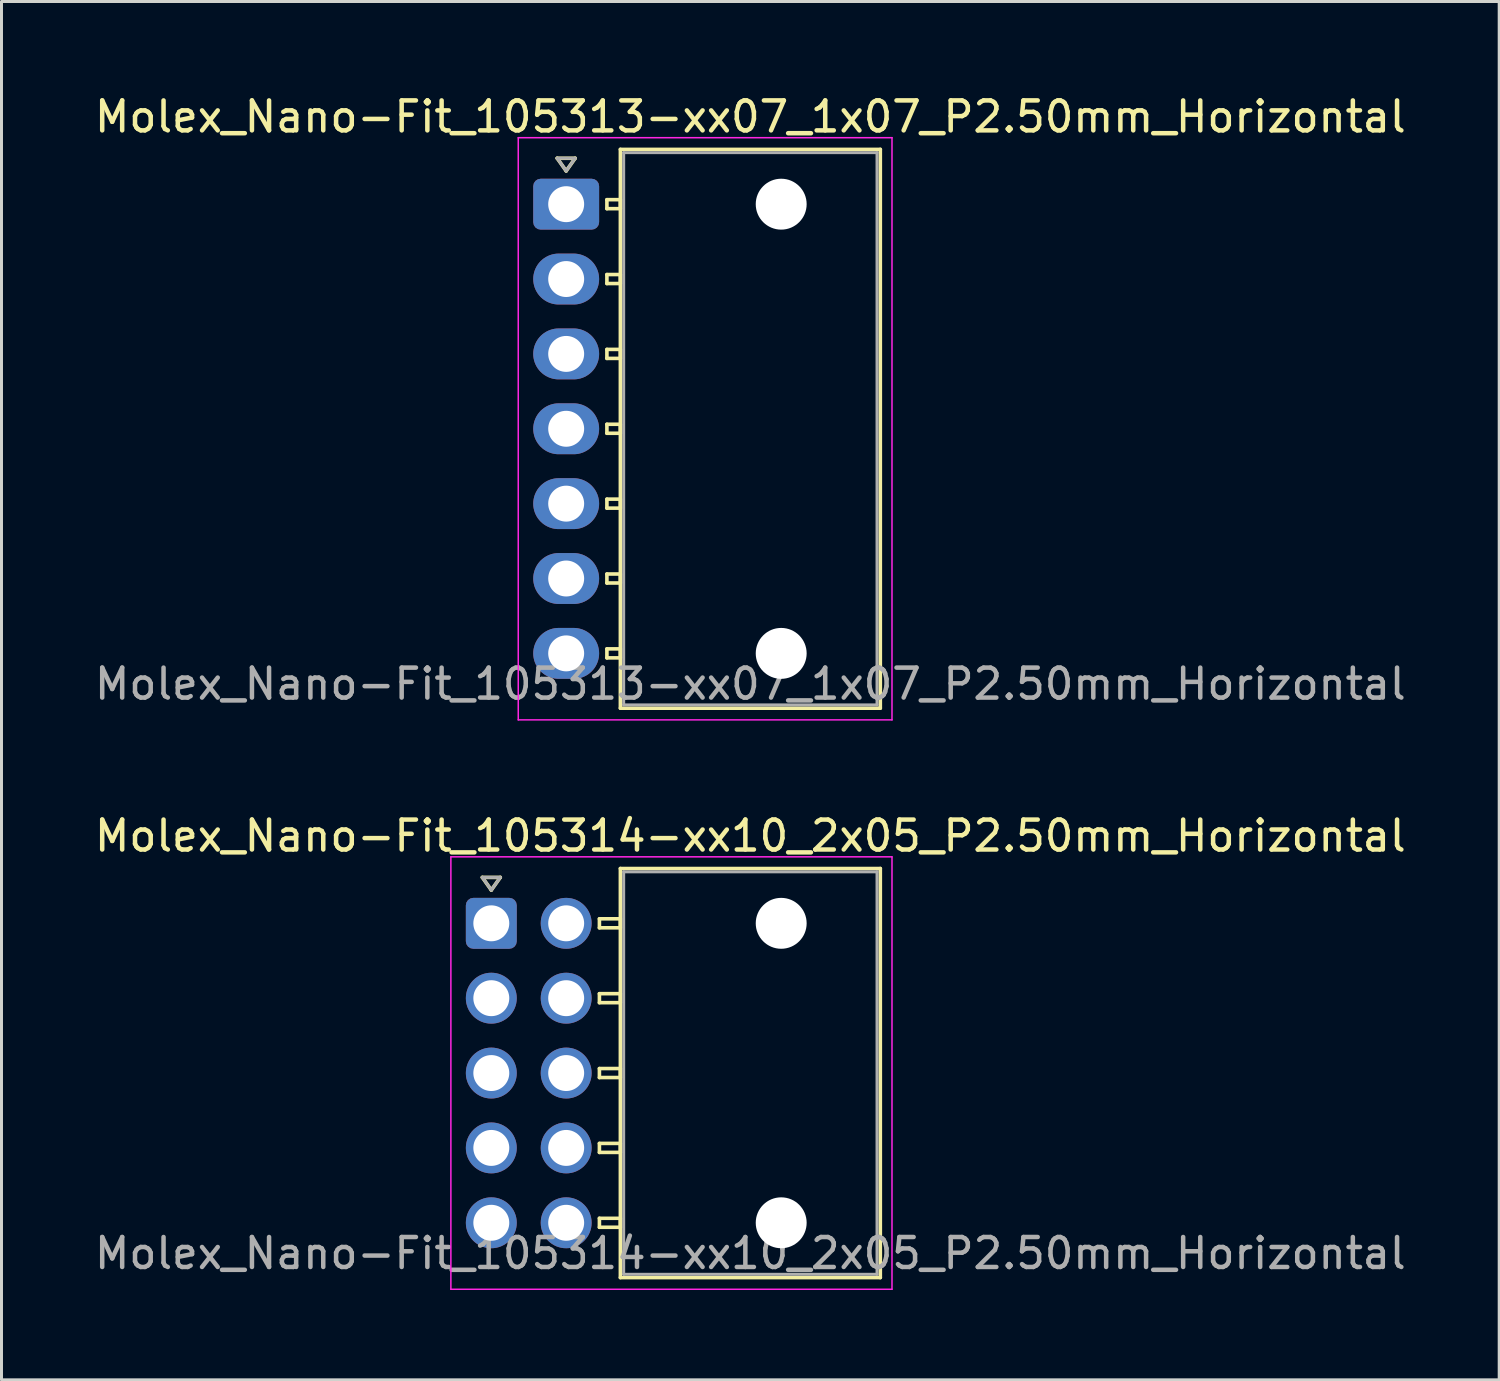
<source format=kicad_pcb>
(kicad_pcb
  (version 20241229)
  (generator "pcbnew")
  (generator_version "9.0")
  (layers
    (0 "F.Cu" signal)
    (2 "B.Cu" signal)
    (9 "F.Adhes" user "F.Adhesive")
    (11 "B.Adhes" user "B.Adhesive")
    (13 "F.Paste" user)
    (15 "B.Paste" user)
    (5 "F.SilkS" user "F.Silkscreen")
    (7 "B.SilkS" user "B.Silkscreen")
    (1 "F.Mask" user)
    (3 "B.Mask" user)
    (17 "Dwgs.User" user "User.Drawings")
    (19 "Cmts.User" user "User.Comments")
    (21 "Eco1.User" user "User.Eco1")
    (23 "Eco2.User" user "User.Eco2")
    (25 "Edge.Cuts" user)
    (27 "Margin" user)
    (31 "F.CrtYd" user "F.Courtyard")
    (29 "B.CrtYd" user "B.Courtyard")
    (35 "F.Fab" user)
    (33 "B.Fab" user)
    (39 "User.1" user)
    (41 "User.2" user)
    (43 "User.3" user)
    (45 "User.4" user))
  (footprint "Molex_Nano-Fit_105313-xx07_1x07_P2.50mm_Horizontal"
    (layer "F.Cu")
    (at 15.856 3.768)
    (property "Reference" "Molex_Nano-Fit_105313-xx07_1x07_P2.50mm_Horizontal" (at 6.15 -2.92 0) (layer "F.SilkS") (effects (font (size 1 1) (thickness 0.15))))
    (attr through_hole)
    (fp_line (start -0.3 -1.534) (end 0 -1.11) (stroke (width 0.12) (type solid)) (layer "F.SilkS"))
    (fp_line (start 0 -1.11) (end 0.3 -1.534) (stroke (width 0.12) (type solid)) (layer "F.SilkS"))
    (fp_line (start 0.3 -1.534) (end -0.3 -1.534) (stroke (width 0.12) (type solid)) (layer "F.SilkS"))
    (fp_line (start 1.36 -0.15) (end 1.36 0.15) (stroke (width 0.12) (type solid)) (layer "F.SilkS"))
    (fp_line (start 1.36 0.15) (end 1.81 0.15) (stroke (width 0.12) (type solid)) (layer "F.SilkS"))
    (fp_line (start 1.36 2.35) (end 1.36 2.65) (stroke (width 0.12) (type solid)) (layer "F.SilkS"))
    (fp_line (start 1.36 2.65) (end 1.81 2.65) (stroke (width 0.12) (type solid)) (layer "F.SilkS"))
    (fp_line (start 1.36 4.85) (end 1.36 5.15) (stroke (width 0.12) (type solid)) (layer "F.SilkS"))
    (fp_line (start 1.36 5.15) (end 1.81 5.15) (stroke (width 0.12) (type solid)) (layer "F.SilkS"))
    (fp_line (start 1.36 7.35) (end 1.36 7.65) (stroke (width 0.12) (type solid)) (layer "F.SilkS"))
    (fp_line (start 1.36 7.65) (end 1.81 7.65) (stroke (width 0.12) (type solid)) (layer "F.SilkS"))
    (fp_line (start 1.36 9.85) (end 1.36 10.15) (stroke (width 0.12) (type solid)) (layer "F.SilkS"))
    (fp_line (start 1.36 10.15) (end 1.81 10.15) (stroke (width 0.12) (type solid)) (layer "F.SilkS"))
    (fp_line (start 1.36 12.35) (end 1.36 12.65) (stroke (width 0.12) (type solid)) (layer "F.SilkS"))
    (fp_line (start 1.36 12.65) (end 1.81 12.65) (stroke (width 0.12) (type solid)) (layer "F.SilkS"))
    (fp_line (start 1.36 14.85) (end 1.36 15.15) (stroke (width 0.12) (type solid)) (layer "F.SilkS"))
    (fp_line (start 1.36 15.15) (end 1.81 15.15) (stroke (width 0.12) (type solid)) (layer "F.SilkS"))
    (fp_line (start 1.81 -1.83) (end 1.81 16.83) (stroke (width 0.12) (type solid)) (layer "F.SilkS"))
    (fp_line (start 1.81 -0.15) (end 1.36 -0.15) (stroke (width 0.12) (type solid)) (layer "F.SilkS"))
    (fp_line (start 1.81 0.15) (end 1.81 -0.15) (stroke (width 0.12) (type solid)) (layer "F.SilkS"))
    (fp_line (start 1.81 2.35) (end 1.36 2.35) (stroke (width 0.12) (type solid)) (layer "F.SilkS"))
    (fp_line (start 1.81 2.65) (end 1.81 2.35) (stroke (width 0.12) (type solid)) (layer "F.SilkS"))
    (fp_line (start 1.81 4.85) (end 1.36 4.85) (stroke (width 0.12) (type solid)) (layer "F.SilkS"))
    (fp_line (start 1.81 5.15) (end 1.81 4.85) (stroke (width 0.12) (type solid)) (layer "F.SilkS"))
    (fp_line (start 1.81 7.35) (end 1.36 7.35) (stroke (width 0.12) (type solid)) (layer "F.SilkS"))
    (fp_line (start 1.81 7.65) (end 1.81 7.35) (stroke (width 0.12) (type solid)) (layer "F.SilkS"))
    (fp_line (start 1.81 9.85) (end 1.36 9.85) (stroke (width 0.12) (type solid)) (layer "F.SilkS"))
    (fp_line (start 1.81 10.15) (end 1.81 9.85) (stroke (width 0.12) (type solid)) (layer "F.SilkS"))
    (fp_line (start 1.81 12.35) (end 1.36 12.35) (stroke (width 0.12) (type solid)) (layer "F.SilkS"))
    (fp_line (start 1.81 12.65) (end 1.81 12.35) (stroke (width 0.12) (type solid)) (layer "F.SilkS"))
    (fp_line (start 1.81 14.85) (end 1.36 14.85) (stroke (width 0.12) (type solid)) (layer "F.SilkS"))
    (fp_line (start 1.81 15.15) (end 1.81 14.85) (stroke (width 0.12) (type solid)) (layer "F.SilkS"))
    (fp_line (start 1.81 16.83) (end 10.49 16.83) (stroke (width 0.12) (type solid)) (layer "F.SilkS"))
    (fp_line (start 10.49 -1.83) (end 1.81 -1.83) (stroke (width 0.12) (type solid)) (layer "F.SilkS"))
    (fp_line (start 10.49 16.83) (end 10.49 -1.83) (stroke (width 0.12) (type solid)) (layer "F.SilkS"))
    (fp_line (start -1.6 -2.22) (end -1.6 17.22) (stroke (width 0.05) (type solid)) (layer "F.CrtYd"))
    (fp_line (start -1.6 17.22) (end 10.88 17.22) (stroke (width 0.05) (type solid)) (layer "F.CrtYd"))
    (fp_line (start 10.88 -2.22) (end -1.6 -2.22) (stroke (width 0.05) (type solid)) (layer "F.CrtYd"))
    (fp_line (start 10.88 17.22) (end 10.88 -2.22) (stroke (width 0.05) (type solid)) (layer "F.CrtYd"))
    (fp_line (start -0.3 -1.534) (end 0 -1.11) (stroke (width 0.1) (type solid)) (layer "F.Fab"))
    (fp_line (start 0 -1.11) (end 0.3 -1.534) (stroke (width 0.1) (type solid)) (layer "F.Fab"))
    (fp_line (start 0.3 -1.534) (end -0.3 -1.534) (stroke (width 0.1) (type solid)) (layer "F.Fab"))
    (fp_line (start 1.92 -1.72) (end 1.92 16.72) (stroke (width 0.1) (type solid)) (layer "F.Fab"))
    (fp_line (start 1.92 16.72) (end 10.38 16.72) (stroke (width 0.1) (type solid)) (layer "F.Fab"))
    (fp_line (start 10.38 -1.72) (end 1.92 -1.72) (stroke (width 0.1) (type solid)) (layer "F.Fab"))
    (fp_line (start 10.38 16.72) (end 10.38 -1.72) (stroke (width 0.1) (type solid)) (layer "F.Fab"))
    (fp_text user "${REFERENCE}" (at 6.15 16.02 0) (layer "F.Fab") (effects (font (size 1 1) (thickness 0.15))))
    (pad "" np_thru_hole circle (at 7.18 0) (size 1.7 1.7) (drill 1.7) (layers "*.Cu" "*.Mask"))
    (pad "" np_thru_hole circle (at 7.18 15) (size 1.7 1.7) (drill 1.7) (layers "*.Cu" "*.Mask"))
    (pad "1" thru_hole roundrect (at 0 0) (size 2.2 1.7) (drill 1.2) (layers "*.Cu" "*.Mask") (roundrect_rratio 0.147))
    (pad "2" thru_hole oval (at 0 2.5) (size 2.2 1.7) (drill 1.2) (layers "*.Cu" "*.Mask"))
    (pad "3" thru_hole oval (at 0 5) (size 2.2 1.7) (drill 1.2) (layers "*.Cu" "*.Mask"))
    (pad "4" thru_hole oval (at 0 7.5) (size 2.2 1.7) (drill 1.2) (layers "*.Cu" "*.Mask"))
    (pad "5" thru_hole oval (at 0 10) (size 2.2 1.7) (drill 1.2) (layers "*.Cu" "*.Mask"))
    (pad "6" thru_hole oval (at 0 12.5) (size 2.2 1.7) (drill 1.2) (layers "*.Cu" "*.Mask"))
    (pad "7" thru_hole oval (at 0 15) (size 2.2 1.7) (drill 1.2) (layers "*.Cu" "*.Mask")))
  (footprint "Molex_Nano-Fit_105314-xx10_2x05_P2.50mm_Horizontal"
    (layer "F.Cu")
    (at 13.356 27.782)
    (property "Reference" "Molex_Nano-Fit_105314-xx10_2x05_P2.50mm_Horizontal" (at 8.65 -2.92 0) (layer "F.SilkS") (effects (font (size 1 1) (thickness 0.15))))
    (attr through_hole)
    (fp_line (start -0.3 -1.534) (end 0 -1.11) (stroke (width 0.12) (type solid)) (layer "F.SilkS"))
    (fp_line (start 0 -1.11) (end 0.3 -1.534) (stroke (width 0.12) (type solid)) (layer "F.SilkS"))
    (fp_line (start 0.3 -1.534) (end -0.3 -1.534) (stroke (width 0.12) (type solid)) (layer "F.SilkS"))
    (fp_line (start 3.61 -0.15) (end 3.61 0.15) (stroke (width 0.12) (type solid)) (layer "F.SilkS"))
    (fp_line (start 3.61 0.15) (end 4.31 0.15) (stroke (width 0.12) (type solid)) (layer "F.SilkS"))
    (fp_line (start 3.61 2.35) (end 3.61 2.65) (stroke (width 0.12) (type solid)) (layer "F.SilkS"))
    (fp_line (start 3.61 2.65) (end 4.31 2.65) (stroke (width 0.12) (type solid)) (layer "F.SilkS"))
    (fp_line (start 3.61 4.85) (end 3.61 5.15) (stroke (width 0.12) (type solid)) (layer "F.SilkS"))
    (fp_line (start 3.61 5.15) (end 4.31 5.15) (stroke (width 0.12) (type solid)) (layer "F.SilkS"))
    (fp_line (start 3.61 7.35) (end 3.61 7.65) (stroke (width 0.12) (type solid)) (layer "F.SilkS"))
    (fp_line (start 3.61 7.65) (end 4.31 7.65) (stroke (width 0.12) (type solid)) (layer "F.SilkS"))
    (fp_line (start 3.61 9.85) (end 3.61 10.15) (stroke (width 0.12) (type solid)) (layer "F.SilkS"))
    (fp_line (start 3.61 10.15) (end 4.31 10.15) (stroke (width 0.12) (type solid)) (layer "F.SilkS"))
    (fp_line (start 4.31 -1.83) (end 4.31 11.83) (stroke (width 0.12) (type solid)) (layer "F.SilkS"))
    (fp_line (start 4.31 -0.15) (end 3.61 -0.15) (stroke (width 0.12) (type solid)) (layer "F.SilkS"))
    (fp_line (start 4.31 0.15) (end 4.31 -0.15) (stroke (width 0.12) (type solid)) (layer "F.SilkS"))
    (fp_line (start 4.31 2.35) (end 3.61 2.35) (stroke (width 0.12) (type solid)) (layer "F.SilkS"))
    (fp_line (start 4.31 2.65) (end 4.31 2.35) (stroke (width 0.12) (type solid)) (layer "F.SilkS"))
    (fp_line (start 4.31 4.85) (end 3.61 4.85) (stroke (width 0.12) (type solid)) (layer "F.SilkS"))
    (fp_line (start 4.31 5.15) (end 4.31 4.85) (stroke (width 0.12) (type solid)) (layer "F.SilkS"))
    (fp_line (start 4.31 7.35) (end 3.61 7.35) (stroke (width 0.12) (type solid)) (layer "F.SilkS"))
    (fp_line (start 4.31 7.65) (end 4.31 7.35) (stroke (width 0.12) (type solid)) (layer "F.SilkS"))
    (fp_line (start 4.31 9.85) (end 3.61 9.85) (stroke (width 0.12) (type solid)) (layer "F.SilkS"))
    (fp_line (start 4.31 10.15) (end 4.31 9.85) (stroke (width 0.12) (type solid)) (layer "F.SilkS"))
    (fp_line (start 4.31 11.83) (end 12.99 11.83) (stroke (width 0.12) (type solid)) (layer "F.SilkS"))
    (fp_line (start 12.99 -1.83) (end 4.31 -1.83) (stroke (width 0.12) (type solid)) (layer "F.SilkS"))
    (fp_line (start 12.99 11.83) (end 12.99 -1.83) (stroke (width 0.12) (type solid)) (layer "F.SilkS"))
    (fp_line (start -1.35 -2.22) (end -1.35 12.22) (stroke (width 0.05) (type solid)) (layer "F.CrtYd"))
    (fp_line (start -1.35 12.22) (end 13.38 12.22) (stroke (width 0.05) (type solid)) (layer "F.CrtYd"))
    (fp_line (start 13.38 -2.22) (end -1.35 -2.22) (stroke (width 0.05) (type solid)) (layer "F.CrtYd"))
    (fp_line (start 13.38 12.22) (end 13.38 -2.22) (stroke (width 0.05) (type solid)) (layer "F.CrtYd"))
    (fp_line (start -0.3 -1.534) (end 0 -1.11) (stroke (width 0.1) (type solid)) (layer "F.Fab"))
    (fp_line (start 0 -1.11) (end 0.3 -1.534) (stroke (width 0.1) (type solid)) (layer "F.Fab"))
    (fp_line (start 0.3 -1.534) (end -0.3 -1.534) (stroke (width 0.1) (type solid)) (layer "F.Fab"))
    (fp_line (start 4.42 -1.72) (end 4.42 11.72) (stroke (width 0.1) (type solid)) (layer "F.Fab"))
    (fp_line (start 4.42 11.72) (end 12.88 11.72) (stroke (width 0.1) (type solid)) (layer "F.Fab"))
    (fp_line (start 12.88 -1.72) (end 4.42 -1.72) (stroke (width 0.1) (type solid)) (layer "F.Fab"))
    (fp_line (start 12.88 11.72) (end 12.88 -1.72) (stroke (width 0.1) (type solid)) (layer "F.Fab"))
    (fp_text user "${REFERENCE}" (at 8.65 11.02 0) (layer "F.Fab") (effects (font (size 1 1) (thickness 0.15))))
    (pad "" np_thru_hole circle (at 9.68 0) (size 1.7 1.7) (drill 1.7) (layers "*.Cu" "*.Mask"))
    (pad "" np_thru_hole circle (at 9.68 10) (size 1.7 1.7) (drill 1.7) (layers "*.Cu" "*.Mask"))
    (pad "1" thru_hole roundrect (at 0 0) (size 1.7 1.7) (drill 1.2) (layers "*.Cu" "*.Mask") (roundrect_rratio 0.147))
    (pad "2" thru_hole circle (at 0 2.5) (size 1.7 1.7) (drill 1.2) (layers "*.Cu" "*.Mask"))
    (pad "3" thru_hole circle (at 0 5) (size 1.7 1.7) (drill 1.2) (layers "*.Cu" "*.Mask"))
    (pad "4" thru_hole circle (at 0 7.5) (size 1.7 1.7) (drill 1.2) (layers "*.Cu" "*.Mask"))
    (pad "5" thru_hole circle (at 0 10) (size 1.7 1.7) (drill 1.2) (layers "*.Cu" "*.Mask"))
    (pad "6" thru_hole circle (at 2.5 0) (size 1.7 1.7) (drill 1.2) (layers "*.Cu" "*.Mask"))
    (pad "7" thru_hole circle (at 2.5 2.5) (size 1.7 1.7) (drill 1.2) (layers "*.Cu" "*.Mask"))
    (pad "8" thru_hole circle (at 2.5 5) (size 1.7 1.7) (drill 1.2) (layers "*.Cu" "*.Mask"))
    (pad "9" thru_hole circle (at 2.5 7.5) (size 1.7 1.7) (drill 1.2) (layers "*.Cu" "*.Mask"))
    (pad "10" thru_hole circle (at 2.5 10) (size 1.7 1.7) (drill 1.2) (layers "*.Cu" "*.Mask")))
  (gr_rect
    (start -3 -3)
    (end 47.012 43.026)
    (stroke (width 0.1) (type default))
    (fill no)
    (layer "Edge.Cuts")))
</source>
